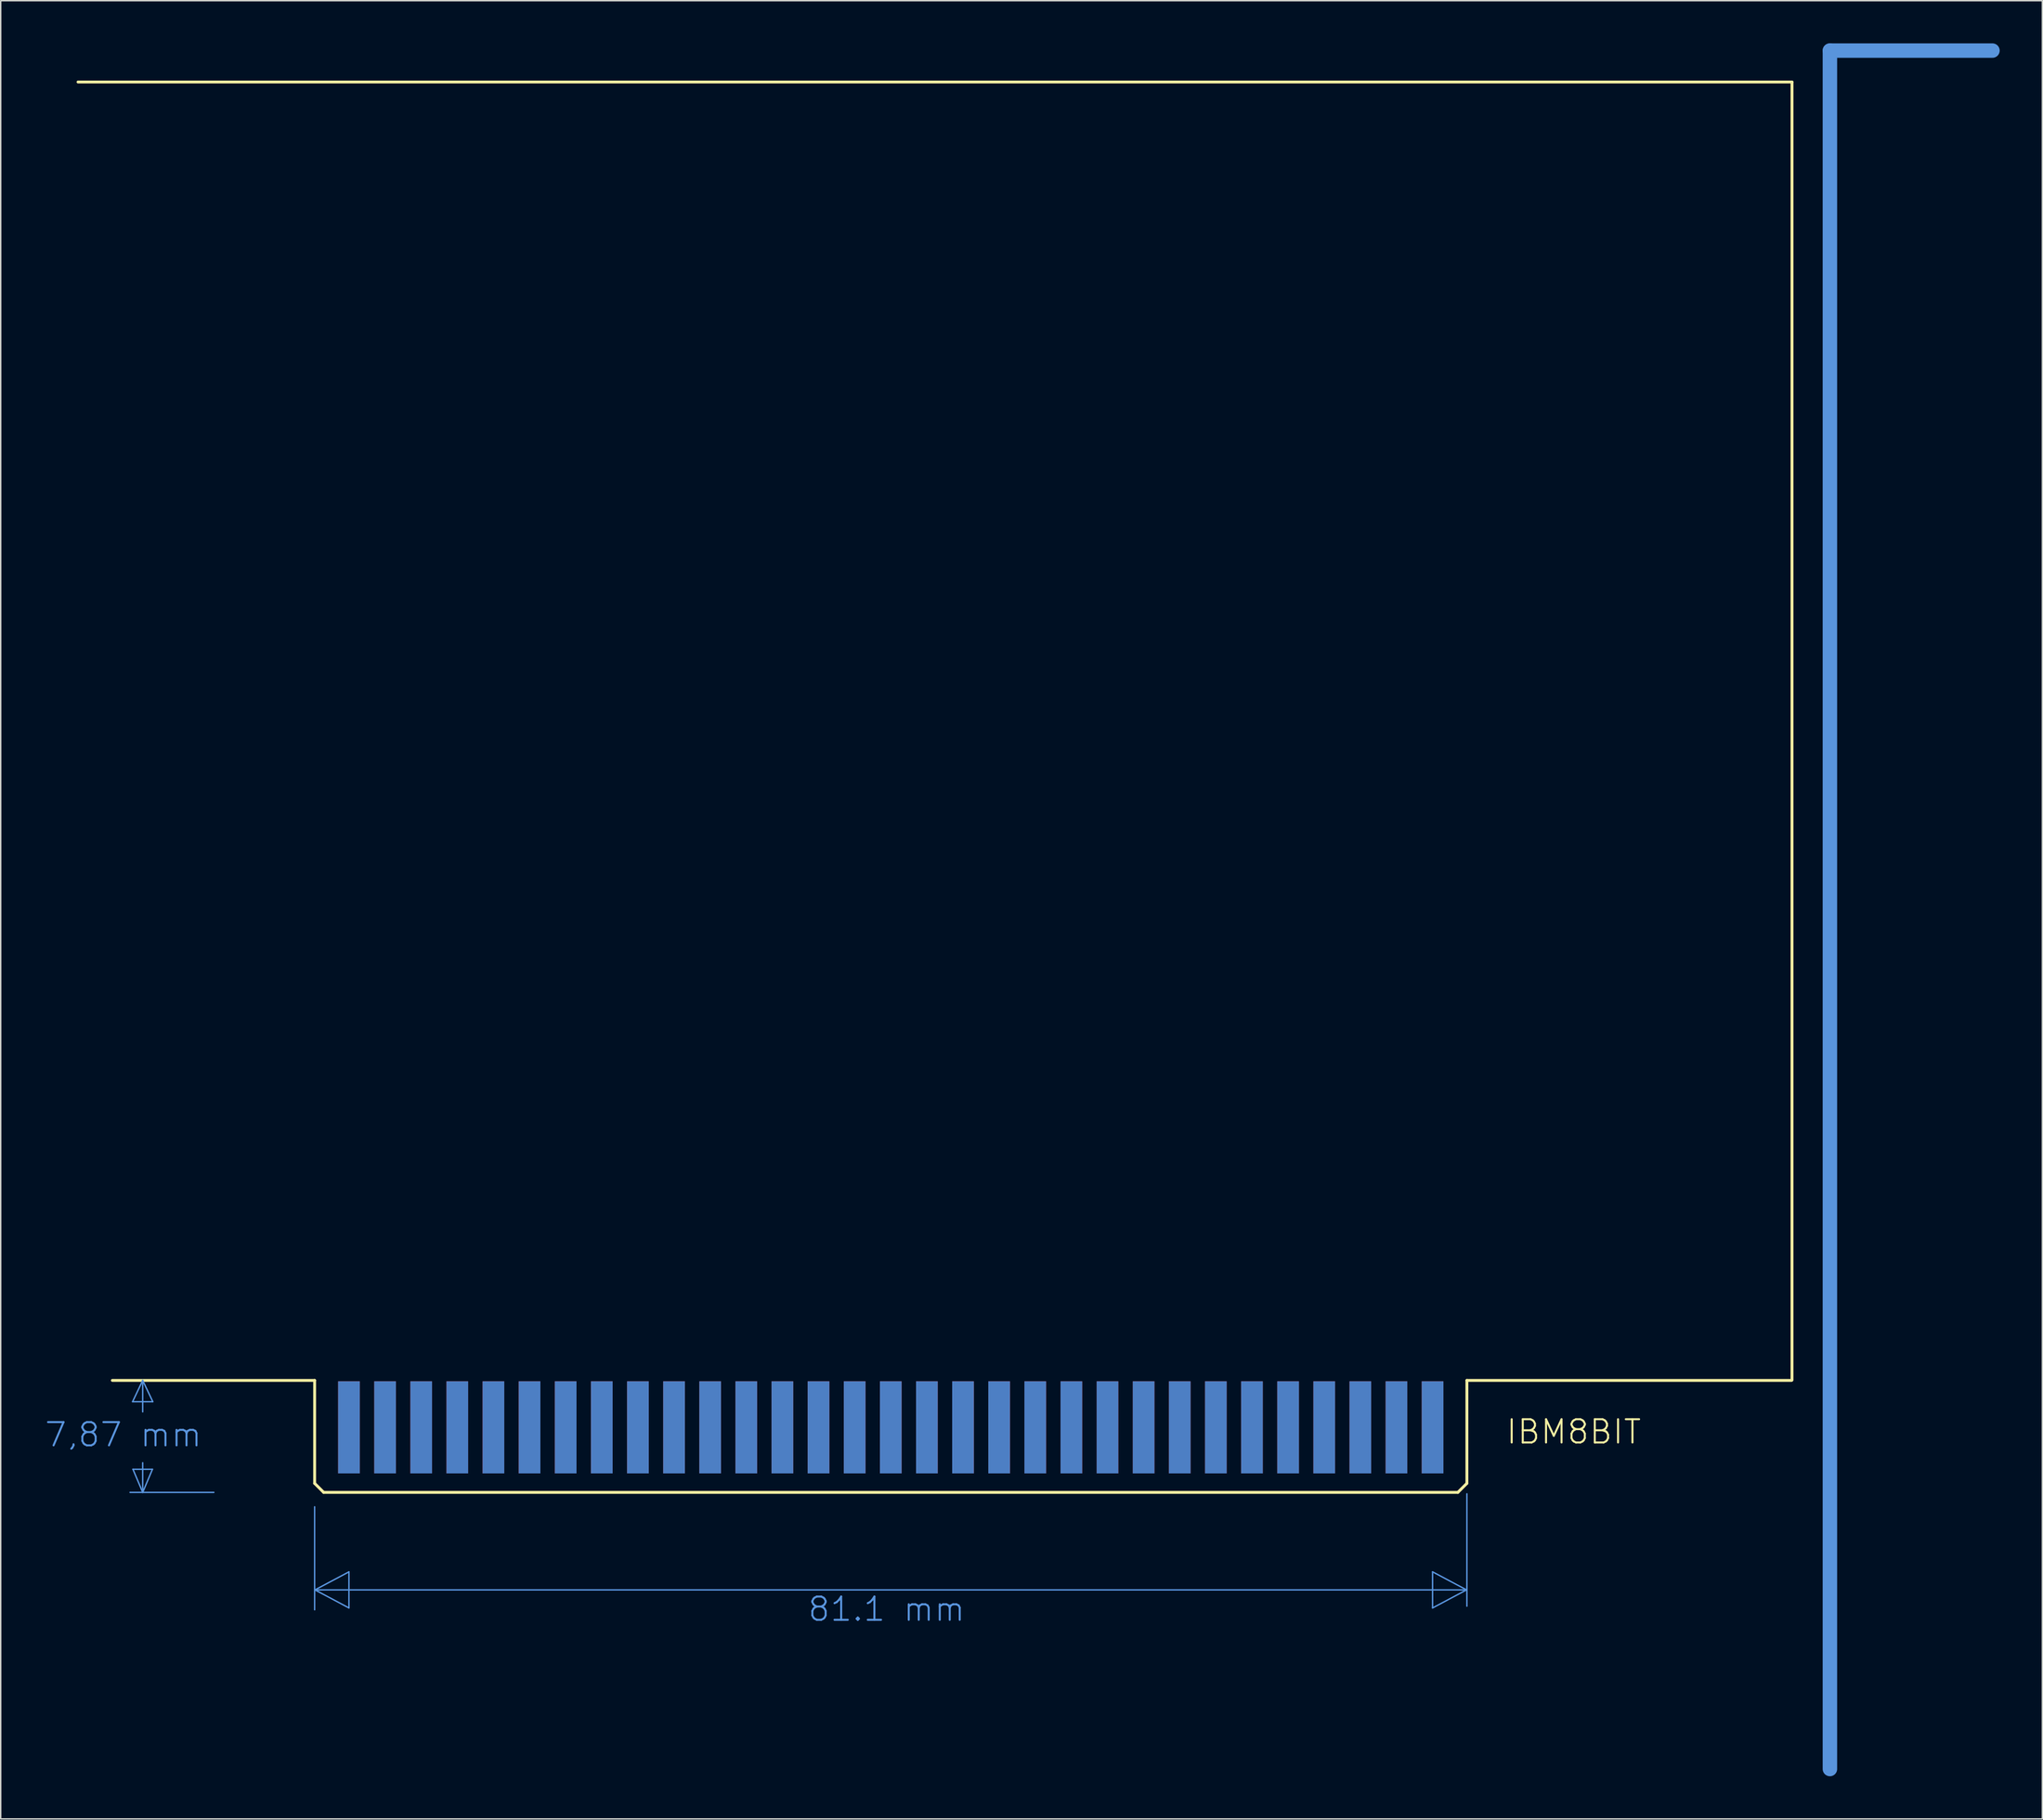
<source format=kicad_pcb>
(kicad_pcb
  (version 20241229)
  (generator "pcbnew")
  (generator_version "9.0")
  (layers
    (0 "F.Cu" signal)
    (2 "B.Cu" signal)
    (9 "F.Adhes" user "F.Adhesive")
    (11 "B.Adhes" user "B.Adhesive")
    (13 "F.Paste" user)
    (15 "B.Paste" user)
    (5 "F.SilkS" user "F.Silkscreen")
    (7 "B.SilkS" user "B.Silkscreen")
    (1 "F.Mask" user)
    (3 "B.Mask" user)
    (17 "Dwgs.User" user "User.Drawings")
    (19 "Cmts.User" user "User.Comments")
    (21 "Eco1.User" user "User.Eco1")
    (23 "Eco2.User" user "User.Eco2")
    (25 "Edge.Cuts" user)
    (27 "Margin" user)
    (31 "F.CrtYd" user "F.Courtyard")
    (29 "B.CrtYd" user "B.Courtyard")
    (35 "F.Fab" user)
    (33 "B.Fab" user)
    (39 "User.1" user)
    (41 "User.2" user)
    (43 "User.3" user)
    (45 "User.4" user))
  (footprint "IBM8BIT"
    (layer "F.Cu")
    (at 123.088 102.413)
    (property "Reference" "IBM8BIT" (at -20.32 -3.81 0) (unlocked yes) (layer "F.SilkS") (effects (font (size 1.636 1.636) (thickness 0.142)) (justify left bottom)))
    (fp_line (start -105.41 3.81) (end -16.51 3.81) (stroke (width 1.016) (type solid)) (layer "F.Mask"))
    (fp_line (start -101.6 -2.54) (end -101.6 3.81) (stroke (width 1.016) (type solid)) (layer "F.Mask"))
    (fp_line (start -99.06 -2.54) (end -99.06 3.81) (stroke (width 1.016) (type solid)) (layer "F.Mask"))
    (fp_line (start -96.52 -2.54) (end -96.52 3.81) (stroke (width 1.016) (type solid)) (layer "F.Mask"))
    (fp_line (start -93.98 -2.54) (end -93.98 3.81) (stroke (width 1.016) (type solid)) (layer "F.Mask"))
    (fp_line (start -91.44 -2.54) (end -91.44 3.81) (stroke (width 1.016) (type solid)) (layer "F.Mask"))
    (fp_line (start -88.9 -2.54) (end -88.9 3.81) (stroke (width 1.016) (type solid)) (layer "F.Mask"))
    (fp_line (start -86.36 -2.54) (end -86.36 3.81) (stroke (width 1.016) (type solid)) (layer "F.Mask"))
    (fp_line (start -83.82 -2.54) (end -83.82 3.81) (stroke (width 1.016) (type solid)) (layer "F.Mask"))
    (fp_line (start -81.28 -2.54) (end -81.28 3.81) (stroke (width 1.016) (type solid)) (layer "F.Mask"))
    (fp_line (start -78.74 -2.54) (end -78.74 3.81) (stroke (width 1.016) (type solid)) (layer "F.Mask"))
    (fp_line (start -76.2 -2.54) (end -76.2 3.81) (stroke (width 1.016) (type solid)) (layer "F.Mask"))
    (fp_line (start -73.66 -2.54) (end -73.66 3.81) (stroke (width 1.016) (type solid)) (layer "F.Mask"))
    (fp_line (start -71.12 -2.54) (end -71.12 3.81) (stroke (width 1.016) (type solid)) (layer "F.Mask"))
    (fp_line (start -68.58 -2.54) (end -68.58 3.81) (stroke (width 1.016) (type solid)) (layer "F.Mask"))
    (fp_line (start -66.04 -2.54) (end -66.04 3.81) (stroke (width 1.016) (type solid)) (layer "F.Mask"))
    (fp_line (start -63.5 -2.54) (end -63.5 3.81) (stroke (width 1.016) (type solid)) (layer "F.Mask"))
    (fp_line (start -60.96 -2.54) (end -60.96 3.81) (stroke (width 1.016) (type solid)) (layer "F.Mask"))
    (fp_line (start -58.42 -2.54) (end -58.42 3.81) (stroke (width 1.016) (type solid)) (layer "F.Mask"))
    (fp_line (start -55.88 -2.54) (end -55.88 3.81) (stroke (width 1.016) (type solid)) (layer "F.Mask"))
    (fp_line (start -53.34 -2.54) (end -53.34 3.81) (stroke (width 1.016) (type solid)) (layer "F.Mask"))
    (fp_line (start -50.8 -2.54) (end -50.8 3.81) (stroke (width 1.016) (type solid)) (layer "F.Mask"))
    (fp_line (start -48.26 -2.54) (end -48.26 3.81) (stroke (width 1.016) (type solid)) (layer "F.Mask"))
    (fp_line (start -45.72 -2.54) (end -45.72 3.81) (stroke (width 1.016) (type solid)) (layer "F.Mask"))
    (fp_line (start -43.18 -2.54) (end -43.18 3.81) (stroke (width 1.016) (type solid)) (layer "F.Mask"))
    (fp_line (start -40.64 -2.54) (end -40.64 3.81) (stroke (width 1.016) (type solid)) (layer "F.Mask"))
    (fp_line (start -38.1 -2.54) (end -38.1 3.81) (stroke (width 1.016) (type solid)) (layer "F.Mask"))
    (fp_line (start -35.56 -2.54) (end -35.56 3.81) (stroke (width 1.016) (type solid)) (layer "F.Mask"))
    (fp_line (start -33.02 -2.54) (end -33.02 3.81) (stroke (width 1.016) (type solid)) (layer "F.Mask"))
    (fp_line (start -30.48 -2.54) (end -30.48 3.81) (stroke (width 1.016) (type solid)) (layer "F.Mask"))
    (fp_line (start -27.94 -2.54) (end -27.94 3.81) (stroke (width 1.016) (type solid)) (layer "F.Mask"))
    (fp_line (start -25.4 -2.54) (end -25.4 3.81) (stroke (width 1.016) (type solid)) (layer "F.Mask"))
    (fp_poly (pts (xy -102.362 -1.778) (xy -100.838 -1.778) (xy -100.838 -8.382) (xy -102.362 -8.382)) (stroke (width 0) (type default)) (fill yes) (layer "F.Mask"))
    (fp_poly (pts (xy -99.822 -1.778) (xy -98.298 -1.778) (xy -98.298 -8.382) (xy -99.822 -8.382)) (stroke (width 0) (type default)) (fill yes) (layer "F.Mask"))
    (fp_poly (pts (xy -97.282 -1.778) (xy -95.758 -1.778) (xy -95.758 -8.382) (xy -97.282 -8.382)) (stroke (width 0) (type default)) (fill yes) (layer "F.Mask"))
    (fp_poly (pts (xy -94.742 -1.778) (xy -93.218 -1.778) (xy -93.218 -8.382) (xy -94.742 -8.382)) (stroke (width 0) (type default)) (fill yes) (layer "F.Mask"))
    (fp_poly (pts (xy -92.202 -1.778) (xy -90.678 -1.778) (xy -90.678 -8.382) (xy -92.202 -8.382)) (stroke (width 0) (type default)) (fill yes) (layer "F.Mask"))
    (fp_poly (pts (xy -89.662 -1.778) (xy -88.138 -1.778) (xy -88.138 -8.382) (xy -89.662 -8.382)) (stroke (width 0) (type default)) (fill yes) (layer "F.Mask"))
    (fp_poly (pts (xy -87.122 -1.778) (xy -85.598 -1.778) (xy -85.598 -8.382) (xy -87.122 -8.382)) (stroke (width 0) (type default)) (fill yes) (layer "F.Mask"))
    (fp_poly (pts (xy -84.582 -1.778) (xy -83.058 -1.778) (xy -83.058 -8.382) (xy -84.582 -8.382)) (stroke (width 0) (type default)) (fill yes) (layer "F.Mask"))
    (fp_poly (pts (xy -82.042 -1.778) (xy -80.518 -1.778) (xy -80.518 -8.382) (xy -82.042 -8.382)) (stroke (width 0) (type default)) (fill yes) (layer "F.Mask"))
    (fp_poly (pts (xy -79.502 -1.778) (xy -77.978 -1.778) (xy -77.978 -8.382) (xy -79.502 -8.382)) (stroke (width 0) (type default)) (fill yes) (layer "F.Mask"))
    (fp_poly (pts (xy -76.962 -1.778) (xy -75.438 -1.778) (xy -75.438 -8.382) (xy -76.962 -8.382)) (stroke (width 0) (type default)) (fill yes) (layer "F.Mask"))
    (fp_poly (pts (xy -74.422 -1.778) (xy -72.898 -1.778) (xy -72.898 -8.382) (xy -74.422 -8.382)) (stroke (width 0) (type default)) (fill yes) (layer "F.Mask"))
    (fp_poly (pts (xy -71.882 -1.778) (xy -70.358 -1.778) (xy -70.358 -8.382) (xy -71.882 -8.382)) (stroke (width 0) (type default)) (fill yes) (layer "F.Mask"))
    (fp_poly (pts (xy -69.342 -1.778) (xy -67.818 -1.778) (xy -67.818 -8.382) (xy -69.342 -8.382)) (stroke (width 0) (type default)) (fill yes) (layer "F.Mask"))
    (fp_poly (pts (xy -66.802 -1.778) (xy -65.278 -1.778) (xy -65.278 -8.382) (xy -66.802 -8.382)) (stroke (width 0) (type default)) (fill yes) (layer "F.Mask"))
    (fp_poly (pts (xy -64.262 -1.778) (xy -62.738 -1.778) (xy -62.738 -8.382) (xy -64.262 -8.382)) (stroke (width 0) (type default)) (fill yes) (layer "F.Mask"))
    (fp_poly (pts (xy -61.722 -1.778) (xy -60.198 -1.778) (xy -60.198 -8.382) (xy -61.722 -8.382)) (stroke (width 0) (type default)) (fill yes) (layer "F.Mask"))
    (fp_poly (pts (xy -59.182 -1.778) (xy -57.658 -1.778) (xy -57.658 -8.382) (xy -59.182 -8.382)) (stroke (width 0) (type default)) (fill yes) (layer "F.Mask"))
    (fp_poly (pts (xy -56.642 -1.778) (xy -55.118 -1.778) (xy -55.118 -8.382) (xy -56.642 -8.382)) (stroke (width 0) (type default)) (fill yes) (layer "F.Mask"))
    (fp_poly (pts (xy -54.102 -1.778) (xy -52.578 -1.778) (xy -52.578 -8.382) (xy -54.102 -8.382)) (stroke (width 0) (type default)) (fill yes) (layer "F.Mask"))
    (fp_poly (pts (xy -51.562 -1.778) (xy -50.038 -1.778) (xy -50.038 -8.382) (xy -51.562 -8.382)) (stroke (width 0) (type default)) (fill yes) (layer "F.Mask"))
    (fp_poly (pts (xy -49.022 -1.778) (xy -47.498 -1.778) (xy -47.498 -8.382) (xy -49.022 -8.382)) (stroke (width 0) (type default)) (fill yes) (layer "F.Mask"))
    (fp_poly (pts (xy -46.482 -1.778) (xy -44.958 -1.778) (xy -44.958 -8.382) (xy -46.482 -8.382)) (stroke (width 0) (type default)) (fill yes) (layer "F.Mask"))
    (fp_poly (pts (xy -43.942 -1.778) (xy -42.418 -1.778) (xy -42.418 -8.382) (xy -43.942 -8.382)) (stroke (width 0) (type default)) (fill yes) (layer "F.Mask"))
    (fp_poly (pts (xy -41.402 -1.778) (xy -39.878 -1.778) (xy -39.878 -8.382) (xy -41.402 -8.382)) (stroke (width 0) (type default)) (fill yes) (layer "F.Mask"))
    (fp_poly (pts (xy -38.862 -1.778) (xy -37.338 -1.778) (xy -37.338 -8.382) (xy -38.862 -8.382)) (stroke (width 0) (type default)) (fill yes) (layer "F.Mask"))
    (fp_poly (pts (xy -36.322 -1.778) (xy -34.798 -1.778) (xy -34.798 -8.382) (xy -36.322 -8.382)) (stroke (width 0) (type default)) (fill yes) (layer "F.Mask"))
    (fp_poly (pts (xy -33.782 -1.778) (xy -32.258 -1.778) (xy -32.258 -8.382) (xy -33.782 -8.382)) (stroke (width 0) (type default)) (fill yes) (layer "F.Mask"))
    (fp_poly (pts (xy -31.242 -1.778) (xy -29.718 -1.778) (xy -29.718 -8.382) (xy -31.242 -8.382)) (stroke (width 0) (type default)) (fill yes) (layer "F.Mask"))
    (fp_poly (pts (xy -28.702 -1.778) (xy -27.178 -1.778) (xy -27.178 -8.382) (xy -28.702 -8.382)) (stroke (width 0) (type default)) (fill yes) (layer "F.Mask"))
    (fp_poly (pts (xy -26.162 -1.778) (xy -24.638 -1.778) (xy -24.638 -8.382) (xy -26.162 -8.382)) (stroke (width 0) (type default)) (fill yes) (layer "F.Mask"))
    (fp_line (start -105.41 3.81) (end -16.51 3.81) (stroke (width 1.016) (type solid)) (layer "B.Mask"))
    (fp_line (start -101.6 -2.54) (end -101.6 3.81) (stroke (width 1.016) (type solid)) (layer "B.Mask"))
    (fp_line (start -99.06 -2.54) (end -99.06 3.81) (stroke (width 1.016) (type solid)) (layer "B.Mask"))
    (fp_line (start -96.52 -2.54) (end -96.52 3.81) (stroke (width 1.016) (type solid)) (layer "B.Mask"))
    (fp_line (start -93.98 -2.54) (end -93.98 3.81) (stroke (width 1.016) (type solid)) (layer "B.Mask"))
    (fp_line (start -91.44 -2.54) (end -91.44 3.81) (stroke (width 1.016) (type solid)) (layer "B.Mask"))
    (fp_line (start -88.9 -2.54) (end -88.9 3.81) (stroke (width 1.016) (type solid)) (layer "B.Mask"))
    (fp_line (start -86.36 -2.54) (end -86.36 3.81) (stroke (width 1.016) (type solid)) (layer "B.Mask"))
    (fp_line (start -83.82 -2.54) (end -83.82 3.81) (stroke (width 1.016) (type solid)) (layer "B.Mask"))
    (fp_line (start -81.28 -2.54) (end -81.28 3.81) (stroke (width 1.016) (type solid)) (layer "B.Mask"))
    (fp_line (start -78.74 -2.54) (end -78.74 3.81) (stroke (width 1.016) (type solid)) (layer "B.Mask"))
    (fp_line (start -76.2 -2.54) (end -76.2 3.81) (stroke (width 1.016) (type solid)) (layer "B.Mask"))
    (fp_line (start -73.66 -2.54) (end -73.66 3.81) (stroke (width 1.016) (type solid)) (layer "B.Mask"))
    (fp_line (start -71.12 -2.54) (end -71.12 3.81) (stroke (width 1.016) (type solid)) (layer "B.Mask"))
    (fp_line (start -68.58 -2.54) (end -68.58 3.81) (stroke (width 1.016) (type solid)) (layer "B.Mask"))
    (fp_line (start -66.04 -2.54) (end -66.04 3.81) (stroke (width 1.016) (type solid)) (layer "B.Mask"))
    (fp_line (start -63.5 -2.54) (end -63.5 3.81) (stroke (width 1.016) (type solid)) (layer "B.Mask"))
    (fp_line (start -60.96 -2.54) (end -60.96 3.81) (stroke (width 1.016) (type solid)) (layer "B.Mask"))
    (fp_line (start -58.42 -2.54) (end -58.42 3.81) (stroke (width 1.016) (type solid)) (layer "B.Mask"))
    (fp_line (start -55.88 -2.54) (end -55.88 3.81) (stroke (width 1.016) (type solid)) (layer "B.Mask"))
    (fp_line (start -53.34 -2.54) (end -53.34 3.81) (stroke (width 1.016) (type solid)) (layer "B.Mask"))
    (fp_line (start -50.8 -2.54) (end -50.8 3.81) (stroke (width 1.016) (type solid)) (layer "B.Mask"))
    (fp_line (start -48.26 -2.54) (end -48.26 3.81) (stroke (width 1.016) (type solid)) (layer "B.Mask"))
    (fp_line (start -45.72 -2.54) (end -45.72 3.81) (stroke (width 1.016) (type solid)) (layer "B.Mask"))
    (fp_line (start -43.18 -2.54) (end -43.18 3.81) (stroke (width 1.016) (type solid)) (layer "B.Mask"))
    (fp_line (start -40.64 -2.54) (end -40.64 3.81) (stroke (width 1.016) (type solid)) (layer "B.Mask"))
    (fp_line (start -38.1 -2.54) (end -38.1 3.81) (stroke (width 1.016) (type solid)) (layer "B.Mask"))
    (fp_line (start -35.56 -2.54) (end -35.56 3.81) (stroke (width 1.016) (type solid)) (layer "B.Mask"))
    (fp_line (start -33.02 -2.54) (end -33.02 3.81) (stroke (width 1.016) (type solid)) (layer "B.Mask"))
    (fp_line (start -30.48 -2.54) (end -30.48 3.81) (stroke (width 1.016) (type solid)) (layer "B.Mask"))
    (fp_line (start -27.94 -2.54) (end -27.94 3.81) (stroke (width 1.016) (type solid)) (layer "B.Mask"))
    (fp_line (start -25.4 -2.54) (end -25.4 3.81) (stroke (width 1.016) (type solid)) (layer "B.Mask"))
    (fp_poly (pts (xy -102.362 -1.778) (xy -100.838 -1.778) (xy -100.838 -8.382) (xy -102.362 -8.382)) (stroke (width 0) (type default)) (fill yes) (layer "B.Mask"))
    (fp_poly (pts (xy -99.822 -1.778) (xy -98.298 -1.778) (xy -98.298 -8.382) (xy -99.822 -8.382)) (stroke (width 0) (type default)) (fill yes) (layer "B.Mask"))
    (fp_poly (pts (xy -97.282 -1.778) (xy -95.758 -1.778) (xy -95.758 -8.382) (xy -97.282 -8.382)) (stroke (width 0) (type default)) (fill yes) (layer "B.Mask"))
    (fp_poly (pts (xy -94.742 -1.778) (xy -93.218 -1.778) (xy -93.218 -8.382) (xy -94.742 -8.382)) (stroke (width 0) (type default)) (fill yes) (layer "B.Mask"))
    (fp_poly (pts (xy -92.202 -1.778) (xy -90.678 -1.778) (xy -90.678 -8.382) (xy -92.202 -8.382)) (stroke (width 0) (type default)) (fill yes) (layer "B.Mask"))
    (fp_poly (pts (xy -89.662 -1.778) (xy -88.138 -1.778) (xy -88.138 -8.382) (xy -89.662 -8.382)) (stroke (width 0) (type default)) (fill yes) (layer "B.Mask"))
    (fp_poly (pts (xy -87.122 -1.778) (xy -85.598 -1.778) (xy -85.598 -8.382) (xy -87.122 -8.382)) (stroke (width 0) (type default)) (fill yes) (layer "B.Mask"))
    (fp_poly (pts (xy -84.582 -1.778) (xy -83.058 -1.778) (xy -83.058 -8.382) (xy -84.582 -8.382)) (stroke (width 0) (type default)) (fill yes) (layer "B.Mask"))
    (fp_poly (pts (xy -82.042 -1.778) (xy -80.518 -1.778) (xy -80.518 -8.382) (xy -82.042 -8.382)) (stroke (width 0) (type default)) (fill yes) (layer "B.Mask"))
    (fp_poly (pts (xy -79.502 -1.778) (xy -77.978 -1.778) (xy -77.978 -8.382) (xy -79.502 -8.382)) (stroke (width 0) (type default)) (fill yes) (layer "B.Mask"))
    (fp_poly (pts (xy -76.962 -1.778) (xy -75.438 -1.778) (xy -75.438 -8.382) (xy -76.962 -8.382)) (stroke (width 0) (type default)) (fill yes) (layer "B.Mask"))
    (fp_poly (pts (xy -74.422 -1.778) (xy -72.898 -1.778) (xy -72.898 -8.382) (xy -74.422 -8.382)) (stroke (width 0) (type default)) (fill yes) (layer "B.Mask"))
    (fp_poly (pts (xy -71.882 -1.778) (xy -70.358 -1.778) (xy -70.358 -8.382) (xy -71.882 -8.382)) (stroke (width 0) (type default)) (fill yes) (layer "B.Mask"))
    (fp_poly (pts (xy -69.342 -1.778) (xy -67.818 -1.778) (xy -67.818 -8.382) (xy -69.342 -8.382)) (stroke (width 0) (type default)) (fill yes) (layer "B.Mask"))
    (fp_poly (pts (xy -66.802 -1.778) (xy -65.278 -1.778) (xy -65.278 -8.382) (xy -66.802 -8.382)) (stroke (width 0) (type default)) (fill yes) (layer "B.Mask"))
    (fp_poly (pts (xy -64.262 -1.778) (xy -62.738 -1.778) (xy -62.738 -8.382) (xy -64.262 -8.382)) (stroke (width 0) (type default)) (fill yes) (layer "B.Mask"))
    (fp_poly (pts (xy -61.722 -1.778) (xy -60.198 -1.778) (xy -60.198 -8.382) (xy -61.722 -8.382)) (stroke (width 0) (type default)) (fill yes) (layer "B.Mask"))
    (fp_poly (pts (xy -59.182 -1.778) (xy -57.658 -1.778) (xy -57.658 -8.382) (xy -59.182 -8.382)) (stroke (width 0) (type default)) (fill yes) (layer "B.Mask"))
    (fp_poly (pts (xy -56.642 -1.778) (xy -55.118 -1.778) (xy -55.118 -8.382) (xy -56.642 -8.382)) (stroke (width 0) (type default)) (fill yes) (layer "B.Mask"))
    (fp_poly (pts (xy -54.102 -1.778) (xy -52.578 -1.778) (xy -52.578 -8.382) (xy -54.102 -8.382)) (stroke (width 0) (type default)) (fill yes) (layer "B.Mask"))
    (fp_poly (pts (xy -51.562 -1.778) (xy -50.038 -1.778) (xy -50.038 -8.382) (xy -51.562 -8.382)) (stroke (width 0) (type default)) (fill yes) (layer "B.Mask"))
    (fp_poly (pts (xy -49.022 -1.778) (xy -47.498 -1.778) (xy -47.498 -8.382) (xy -49.022 -8.382)) (stroke (width 0) (type default)) (fill yes) (layer "B.Mask"))
    (fp_poly (pts (xy -46.482 -1.778) (xy -44.958 -1.778) (xy -44.958 -8.382) (xy -46.482 -8.382)) (stroke (width 0) (type default)) (fill yes) (layer "B.Mask"))
    (fp_poly (pts (xy -43.942 -1.778) (xy -42.418 -1.778) (xy -42.418 -8.382) (xy -43.942 -8.382)) (stroke (width 0) (type default)) (fill yes) (layer "B.Mask"))
    (fp_poly (pts (xy -41.402 -1.778) (xy -39.878 -1.778) (xy -39.878 -8.382) (xy -41.402 -8.382)) (stroke (width 0) (type default)) (fill yes) (layer "B.Mask"))
    (fp_poly (pts (xy -38.862 -1.778) (xy -37.338 -1.778) (xy -37.338 -8.382) (xy -38.862 -8.382)) (stroke (width 0) (type default)) (fill yes) (layer "B.Mask"))
    (fp_poly (pts (xy -36.322 -1.778) (xy -34.798 -1.778) (xy -34.798 -8.382) (xy -36.322 -8.382)) (stroke (width 0) (type default)) (fill yes) (layer "B.Mask"))
    (fp_poly (pts (xy -33.782 -1.778) (xy -32.258 -1.778) (xy -32.258 -8.382) (xy -33.782 -8.382)) (stroke (width 0) (type default)) (fill yes) (layer "B.Mask"))
    (fp_poly (pts (xy -31.242 -1.778) (xy -29.718 -1.778) (xy -29.718 -8.382) (xy -31.242 -8.382)) (stroke (width 0) (type default)) (fill yes) (layer "B.Mask"))
    (fp_poly (pts (xy -28.702 -1.778) (xy -27.178 -1.778) (xy -27.178 -8.382) (xy -28.702 -8.382)) (stroke (width 0) (type default)) (fill yes) (layer "B.Mask"))
    (fp_poly (pts (xy -26.162 -1.778) (xy -24.638 -1.778) (xy -24.638 -8.382) (xy -26.162 -8.382)) (stroke (width 0) (type default)) (fill yes) (layer "B.Mask"))
    (fp_line (start -104.013 -8.382) (end -118.237 -8.382) (stroke (width 0.203) (type solid)) (layer "F.SilkS"))
    (fp_line (start -104.013 -8.382) (end -104.013 -6.35) (stroke (width 0.152) (type solid)) (layer "F.SilkS"))
    (fp_line (start -104.013 -8.382) (end -104.013 -1.143) (stroke (width 0.203) (type solid)) (layer "F.SilkS"))
    (fp_line (start -103.378 -0.508) (end -104.013 -1.143) (stroke (width 0.203) (type solid)) (layer "F.SilkS"))
    (fp_line (start -23.622 -0.508) (end -103.378 -0.508) (stroke (width 0.203) (type solid)) (layer "F.SilkS"))
    (fp_line (start -22.987 -8.382) (end -22.987 -1.143) (stroke (width 0.203) (type solid)) (layer "F.SilkS"))
    (fp_line (start -22.987 -1.143) (end -23.622 -0.508) (stroke (width 0.203) (type solid)) (layer "F.SilkS"))
    (fp_line (start -0.154 -8.382) (end -22.987 -8.382) (stroke (width 0.203) (type solid)) (layer "F.SilkS"))
    (fp_line (start -0.127 -99.661) (end -0.127 -8.413) (stroke (width 0.203) (type solid)) (layer "F.SilkS"))
    (fp_line (start -0.119 -99.695) (end -120.65 -99.695) (stroke (width 0.203) (type solid)) (layer "F.SilkS"))
    (fp_line (start -116.815 -6.883) (end -115.392 -6.883) (stroke (width 0.1) (type solid)) (layer "Cmts.User"))
    (fp_line (start -116.789 -2.134) (end -116.103 -0.508) (stroke (width 0.1) (type solid)) (layer "Cmts.User"))
    (fp_line (start -116.103 -8.382) (end -116.815 -6.883) (stroke (width 0.1) (type solid)) (layer "Cmts.User"))
    (fp_line (start -116.103 -8.382) (end -116.103 -6.172) (stroke (width 0.1) (type solid)) (layer "Cmts.User"))
    (fp_line (start -116.103 -0.508) (end -116.992 -0.508) (stroke (width 0.1) (type solid)) (layer "Cmts.User"))
    (fp_line (start -116.103 -0.508) (end -116.103 -2.591) (stroke (width 0.1) (type solid)) (layer "Cmts.User"))
    (fp_line (start -116.103 -0.508) (end -115.418 -2.134) (stroke (width 0.1) (type solid)) (layer "Cmts.User"))
    (fp_line (start -115.418 -2.134) (end -116.789 -2.134) (stroke (width 0.1) (type solid)) (layer "Cmts.User"))
    (fp_line (start -115.392 -6.883) (end -116.103 -8.382) (stroke (width 0.1) (type solid)) (layer "Cmts.User"))
    (fp_line (start -111.1 -0.508) (end -116.103 -0.508) (stroke (width 0.1) (type solid)) (layer "Cmts.User"))
    (fp_line (start -104.013 0.508) (end -104.013 7.747) (stroke (width 0.1) (type solid)) (layer "Cmts.User"))
    (fp_line (start -103.988 6.35) (end -101.6 5.08) (stroke (width 0.1) (type solid)) (layer "Cmts.User"))
    (fp_line (start -101.6 5.08) (end -101.6 7.62) (stroke (width 0.1) (type solid)) (layer "Cmts.User"))
    (fp_line (start -101.6 7.62) (end -103.988 6.35) (stroke (width 0.1) (type solid)) (layer "Cmts.User"))
    (fp_line (start -25.4 5.08) (end -25.4 7.62) (stroke (width 0.1) (type solid)) (layer "Cmts.User"))
    (fp_line (start -25.4 7.62) (end -23.012 6.35) (stroke (width 0.1) (type solid)) (layer "Cmts.User"))
    (fp_line (start -23.012 6.35) (end -103.988 6.35) (stroke (width 0.1) (type solid)) (layer "Cmts.User"))
    (fp_line (start -23.012 6.35) (end -25.4 5.08) (stroke (width 0.1) (type solid)) (layer "Cmts.User"))
    (fp_line (start -22.987 -0.406) (end -22.987 7.493) (stroke (width 0.1) (type solid)) (layer "Cmts.User"))
    (fp_line (start 2.54 -101.905) (end 13.97 -101.905) (stroke (width 1.016) (type solid)) (layer "Cmts.User"))
    (fp_line (start 2.54 18.948) (end 2.54 -101.905) (stroke (width 1.016) (type solid)) (layer "Cmts.User"))
    (fp_text user "81.1 mm" (at -69.418 8.661 0) (unlocked yes) (layer "Cmts.User") (effects (font (size 1.636 1.636) (thickness 0.142)) (justify left bottom)))
    (fp_text user "7,87 mm" (at -123.088 -3.607 0) (unlocked yes) (layer "Cmts.User") (effects (font (size 1.636 1.636) (thickness 0.142)) (justify left bottom)))
    (pad "A1" smd rect (at -25.4 -5.08) (size 1.524 6.477) (layers "F.Cu" "F.Mask"))
    (pad "A2" smd rect (at -27.94 -5.08) (size 1.524 6.477) (layers "F.Cu" "F.Mask"))
    (pad "A3" smd rect (at -30.48 -5.08) (size 1.524 6.477) (layers "F.Cu" "F.Mask"))
    (pad "A4" smd rect (at -33.02 -5.08) (size 1.524 6.477) (layers "F.Cu" "F.Mask"))
    (pad "A5" smd rect (at -35.56 -5.08) (size 1.524 6.477) (layers "F.Cu" "F.Mask"))
    (pad "A6" smd rect (at -38.1 -5.08) (size 1.524 6.477) (layers "F.Cu" "F.Mask"))
    (pad "A7" smd rect (at -40.64 -5.08) (size 1.524 6.477) (layers "F.Cu" "F.Mask"))
    (pad "A8" smd rect (at -43.18 -5.08) (size 1.524 6.477) (layers "F.Cu" "F.Mask"))
    (pad "A9" smd rect (at -45.72 -5.08) (size 1.524 6.477) (layers "F.Cu" "F.Mask"))
    (pad "A10" smd rect (at -48.26 -5.08) (size 1.524 6.477) (layers "F.Cu" "F.Mask"))
    (pad "A11" smd rect (at -50.8 -5.08) (size 1.524 6.477) (layers "F.Cu" "F.Mask"))
    (pad "A12" smd rect (at -53.34 -5.08) (size 1.524 6.477) (layers "F.Cu" "F.Mask"))
    (pad "A13" smd rect (at -55.88 -5.08) (size 1.524 6.477) (layers "F.Cu" "F.Mask"))
    (pad "A14" smd rect (at -58.42 -5.08) (size 1.524 6.477) (layers "F.Cu" "F.Mask"))
    (pad "A15" smd rect (at -60.96 -5.08) (size 1.524 6.477) (layers "F.Cu" "F.Mask"))
    (pad "A16" smd rect (at -63.5 -5.08) (size 1.524 6.477) (layers "F.Cu" "F.Mask"))
    (pad "A17" smd rect (at -66.04 -5.08) (size 1.524 6.477) (layers "F.Cu" "F.Mask"))
    (pad "A18" smd rect (at -68.58 -5.08) (size 1.524 6.477) (layers "F.Cu" "F.Mask"))
    (pad "A19" smd rect (at -71.12 -5.08) (size 1.524 6.477) (layers "F.Cu" "F.Mask"))
    (pad "A20" smd rect (at -73.66 -5.08) (size 1.524 6.477) (layers "F.Cu" "F.Mask"))
    (pad "A21" smd rect (at -76.2 -5.08) (size 1.524 6.477) (layers "F.Cu" "F.Mask"))
    (pad "A22" smd rect (at -78.74 -5.08) (size 1.524 6.477) (layers "F.Cu" "F.Mask"))
    (pad "A23" smd rect (at -81.28 -5.08) (size 1.524 6.477) (layers "F.Cu" "F.Mask"))
    (pad "A24" smd rect (at -83.82 -5.08) (size 1.524 6.477) (layers "F.Cu" "F.Mask"))
    (pad "A25" smd rect (at -86.36 -5.08) (size 1.524 6.477) (layers "F.Cu" "F.Mask"))
    (pad "A26" smd rect (at -88.9 -5.08) (size 1.524 6.477) (layers "F.Cu" "F.Mask"))
    (pad "A27" smd rect (at -91.44 -5.08) (size 1.524 6.477) (layers "F.Cu" "F.Mask"))
    (pad "A28" smd rect (at -93.98 -5.08) (size 1.524 6.477) (layers "F.Cu" "F.Mask"))
    (pad "A29" smd rect (at -96.52 -5.08) (size 1.524 6.477) (layers "F.Cu" "F.Mask"))
    (pad "A30" smd rect (at -99.06 -5.08) (size 1.524 6.477) (layers "F.Cu" "F.Mask"))
    (pad "A31" smd rect (at -101.6 -5.08) (size 1.524 6.477) (layers "F.Cu" "F.Mask"))
    (pad "B1" smd rect (at -25.4 -5.08) (size 1.524 6.477) (layers "B.Cu" "B.Mask"))
    (pad "B2" smd rect (at -27.94 -5.08) (size 1.524 6.477) (layers "B.Cu" "B.Mask"))
    (pad "B3" smd rect (at -30.48 -5.08) (size 1.524 6.477) (layers "B.Cu" "B.Mask"))
    (pad "B4" smd rect (at -33.02 -5.08) (size 1.524 6.477) (layers "B.Cu" "B.Mask"))
    (pad "B5" smd rect (at -35.56 -5.08) (size 1.524 6.477) (layers "B.Cu" "B.Mask"))
    (pad "B6" smd rect (at -38.1 -5.08) (size 1.524 6.477) (layers "B.Cu" "B.Mask"))
    (pad "B7" smd rect (at -40.64 -5.08) (size 1.524 6.477) (layers "B.Cu" "B.Mask"))
    (pad "B8" smd rect (at -43.18 -5.08) (size 1.524 6.477) (layers "B.Cu" "B.Mask"))
    (pad "B9" smd rect (at -45.72 -5.08) (size 1.524 6.477) (layers "B.Cu" "B.Mask"))
    (pad "B10" smd rect (at -48.26 -5.08) (size 1.524 6.477) (layers "B.Cu" "B.Mask"))
    (pad "B11" smd rect (at -50.8 -5.08) (size 1.524 6.477) (layers "B.Cu" "B.Mask"))
    (pad "B12" smd rect (at -53.34 -5.08) (size 1.524 6.477) (layers "B.Cu" "B.Mask"))
    (pad "B13" smd rect (at -55.88 -5.08) (size 1.524 6.477) (layers "B.Cu" "B.Mask"))
    (pad "B14" smd rect (at -58.42 -5.08) (size 1.524 6.477) (layers "B.Cu" "B.Mask"))
    (pad "B15" smd rect (at -60.96 -5.08) (size 1.524 6.477) (layers "B.Cu" "B.Mask"))
    (pad "B16" smd rect (at -63.5 -5.08) (size 1.524 6.477) (layers "B.Cu" "B.Mask"))
    (pad "B17" smd rect (at -66.04 -5.08) (size 1.524 6.477) (layers "B.Cu" "B.Mask"))
    (pad "B18" smd rect (at -68.58 -5.08) (size 1.524 6.477) (layers "B.Cu" "B.Mask"))
    (pad "B19" smd rect (at -71.12 -5.08) (size 1.524 6.477) (layers "B.Cu" "B.Mask"))
    (pad "B20" smd rect (at -73.66 -5.08) (size 1.524 6.477) (layers "B.Cu" "B.Mask"))
    (pad "B21" smd rect (at -76.2 -5.08) (size 1.524 6.477) (layers "B.Cu" "B.Mask"))
    (pad "B22" smd rect (at -78.74 -5.08) (size 1.524 6.477) (layers "B.Cu" "B.Mask"))
    (pad "B23" smd rect (at -81.28 -5.08) (size 1.524 6.477) (layers "B.Cu" "B.Mask"))
    (pad "B24" smd rect (at -83.82 -5.08) (size 1.524 6.477) (layers "B.Cu" "B.Mask"))
    (pad "B25" smd rect (at -86.36 -5.08) (size 1.524 6.477) (layers "B.Cu" "B.Mask"))
    (pad "B26" smd rect (at -88.9 -5.08) (size 1.524 6.477) (layers "B.Cu" "B.Mask"))
    (pad "B27" smd rect (at -91.44 -5.08) (size 1.524 6.477) (layers "B.Cu" "B.Mask"))
    (pad "B28" smd rect (at -93.98 -5.08) (size 1.524 6.477) (layers "B.Cu" "B.Mask"))
    (pad "B29" smd rect (at -96.52 -5.08) (size 1.524 6.477) (layers "B.Cu" "B.Mask"))
    (pad "B30" smd rect (at -99.06 -5.08) (size 1.524 6.477) (layers "B.Cu" "B.Mask"))
    (pad "B31" smd rect (at -101.6 -5.08) (size 1.524 6.477) (layers "B.Cu" "B.Mask")))
  (gr_rect
    (start -3 -3)
    (end 140.566 124.869)
    (stroke (width 0.1) (type default))
    (fill no)
    (layer "Edge.Cuts")))
</source>
